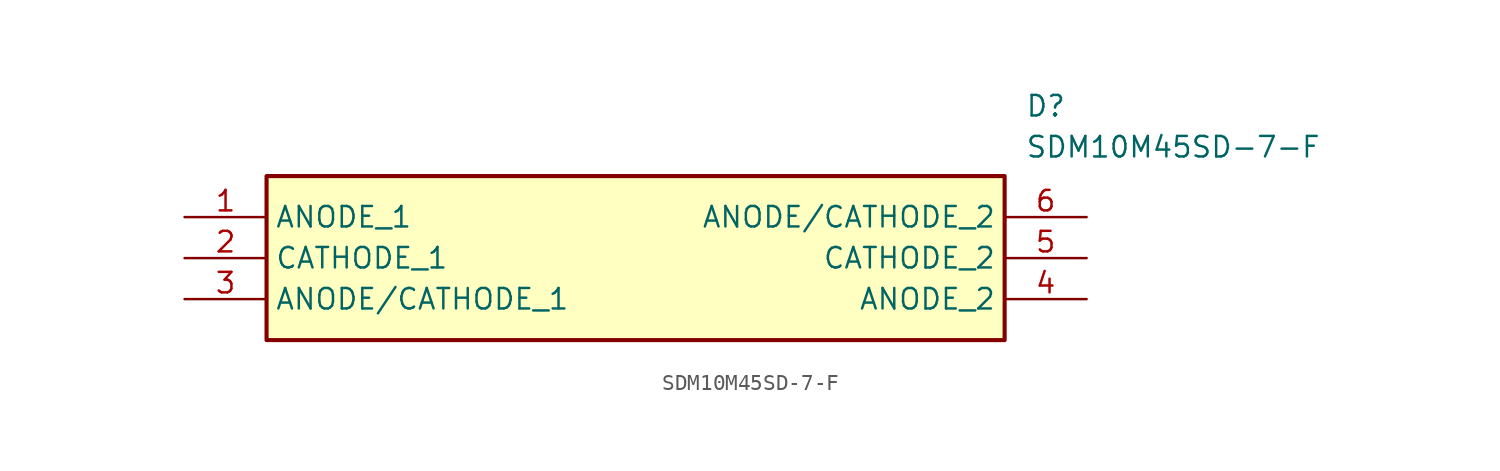
<source format=kicad_sym>
(kicad_symbol_lib
  (version 20211014)
  (generator SamacSys_ECAD_Model)
  (symbol "SDM10M45SD-7-F"
    (property "Reference" "D"
      (at 52.07 7.62 0)
      (effects (font (size 1.27 1.27)) (justify left top)))
    (property "Value" "SDM10M45SD-7-F"
      (at 52.07 5.08 0)
      (effects (font (size 1.27 1.27)) (justify left top)))
    (rectangle
      (start 5.08 2.54)
      (end 50.8 -7.62)
      (stroke (width 0.254) (type default))
      (fill (type background)))
    (pin passive line
      (at 0 0 0)
      (length 5.08)
      (name "ANODE_1" (effects (font (size 1.27 1.27))))
      (number "1" (effects (font (size 1.27 1.27)))))
    (pin passive line
      (at 0 -2.54 0)
      (length 5.08)
      (name "CATHODE_1" (effects (font (size 1.27 1.27))))
      (number "2" (effects (font (size 1.27 1.27)))))
    (pin passive line
      (at 0 -5.08 0)
      (length 5.08)
      (name "ANODE/CATHODE_1" (effects (font (size 1.27 1.27))))
      (number "3" (effects (font (size 1.27 1.27)))))
    (pin passive line
      (at 55.88 0 180)
      (length 5.08)
      (name "ANODE/CATHODE_2" (effects (font (size 1.27 1.27))))
      (number "6" (effects (font (size 1.27 1.27)))))
    (pin passive line
      (at 55.88 -2.54 180)
      (length 5.08)
      (name "CATHODE_2" (effects (font (size 1.27 1.27))))
      (number "5" (effects (font (size 1.27 1.27)))))
    (pin passive line
      (at 55.88 -5.08 180)
      (length 5.08)
      (name "ANODE_2" (effects (font (size 1.27 1.27))))
      (number "4" (effects (font (size 1.27 1.27)))))))
</source>
